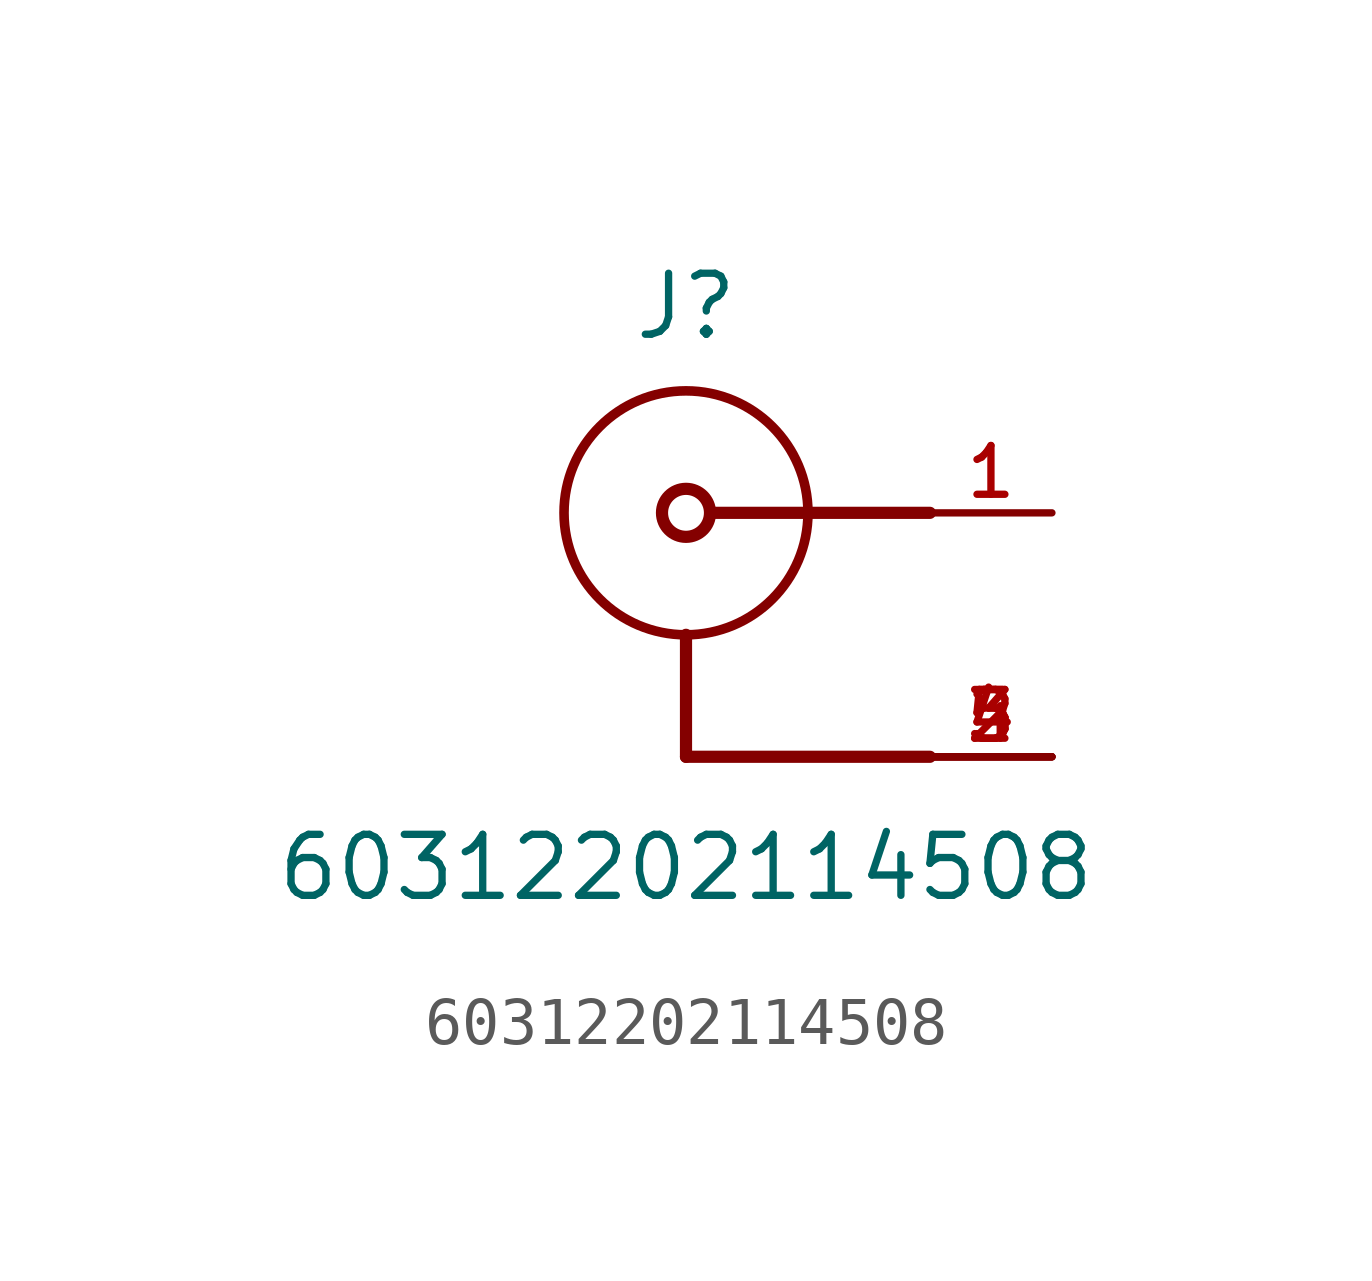
<source format=kicad_sym>
(kicad_symbol_lib
  (version 20211014)
  (generator kicad_symbol_editor)
  (symbol "60312202114508"
    (pin_names
      (offset 1.016))
    (property "Reference" "J"
      (at 0.0 3.556 0)
      (effects (font (size 1.27 1.27)) (justify bottom)))
    (property "Value" "60312202114508"
      (at 0.0 -8.128 0)
      (effects (font (size 1.27 1.27)) (justify bottom)))
    (symbol "60312202114508_0_0"
      (circle (center 0.0 0.0) (radius 2.54) (stroke (width 0.2)) (fill (type none)))
      (circle (center 0.0 0.0) (radius 0.5) (stroke (width 0.254)) (fill (type none)))
      (polyline (pts (xy 0.0 -2.54) (xy 0.0 -5.08)) (stroke (width 0.254)))
      (polyline (pts (xy 0.0 -5.08) (xy 5.08 -5.08)) (stroke (width 0.254)))
      (polyline (pts (xy 5.08 0.0) (xy 0.54 0.0)) (stroke (width 0.254)))
      (pin passive line (at 7.62 0.0 180.0) (length 2.54) (name "~" (effects (font (size 1.016 1.016)))) (number "1" (effects (font (size 1.016 1.016)))))
      (pin passive line (at 7.62 -5.08 180.0) (length 2.54) (name "~" (effects (font (size 1.016 1.016)))) (number "2" (effects (font (size 1.016 1.016)))))
      (pin passive line (at 7.62 -5.08 180.0) (length 2.54) (name "~" (effects (font (size 1.016 1.016)))) (number "3" (effects (font (size 1.016 1.016)))))
      (pin passive line (at 7.62 -5.08 180.0) (length 2.54) (name "~" (effects (font (size 1.016 1.016)))) (number "4" (effects (font (size 1.016 1.016)))))
      (pin passive line (at 7.62 -5.08 180.0) (length 2.54) (name "~" (effects (font (size 1.016 1.016)))) (number "5" (effects (font (size 1.016 1.016))))))))
</source>
